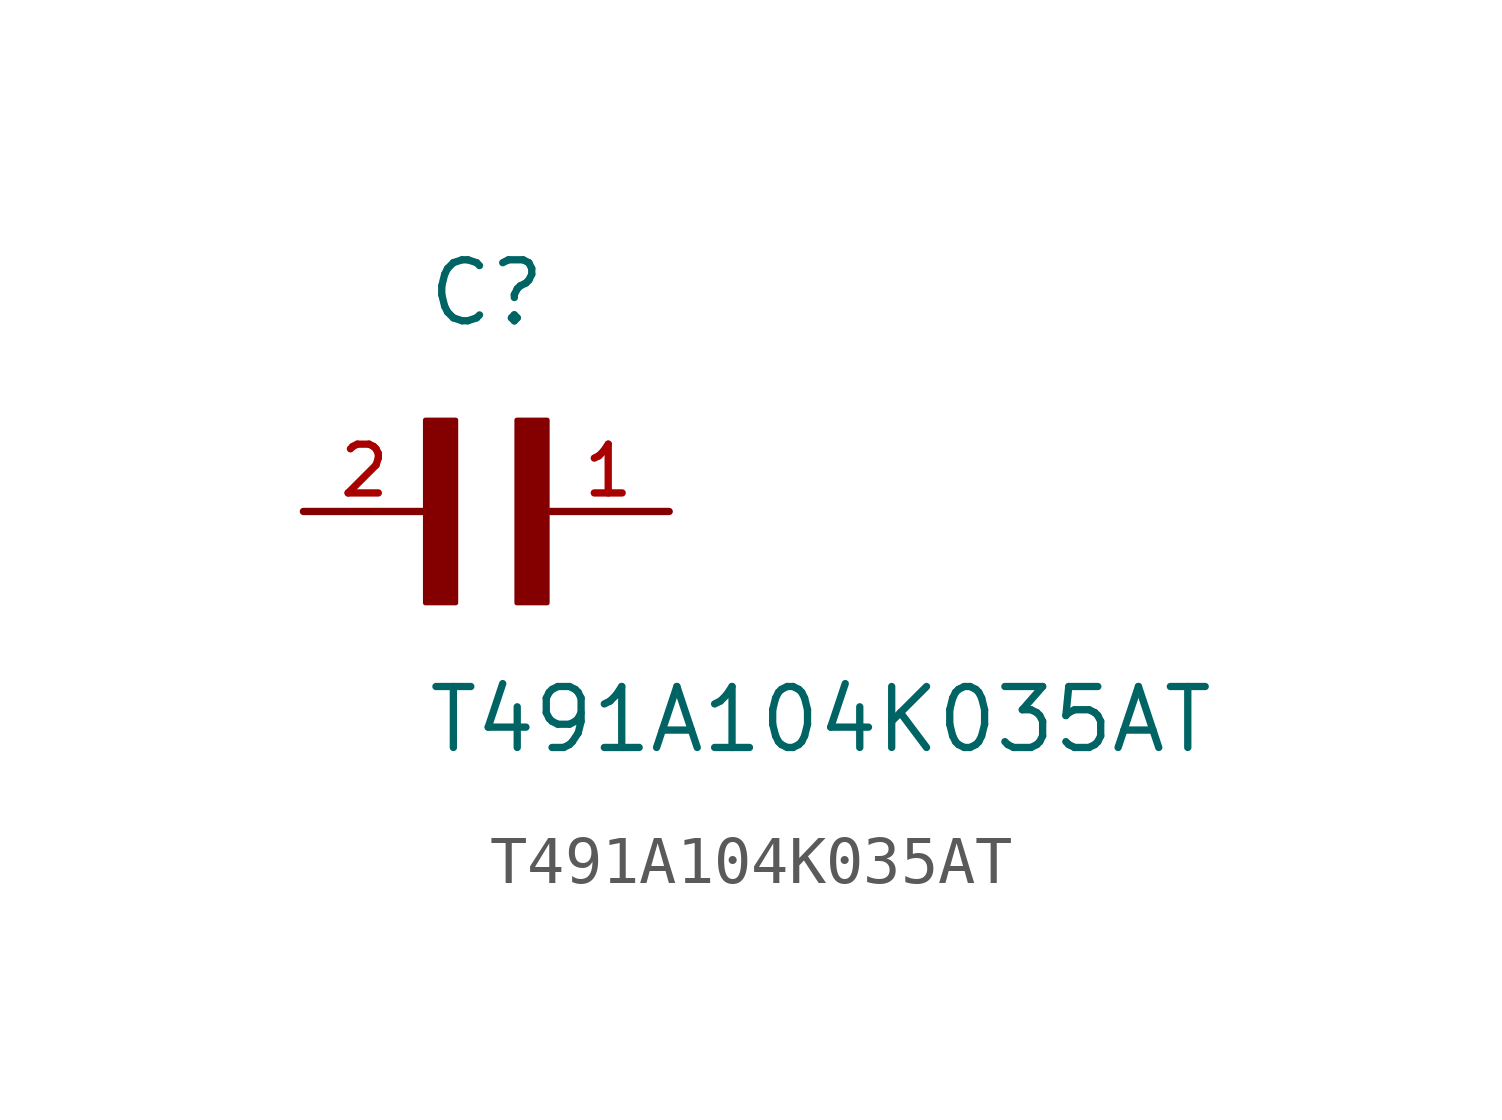
<source format=kicad_sym>
(kicad_symbol_lib
  (version 20211014)
  (generator kicad_symbol_editor)
  (symbol "T491A104K035AT"
    (pin_names
      (offset 1.016))
    (property "Reference" "C"
      (at 0.0 3.81 0)
      (effects (font (size 1.27 1.27)) (justify bottom left)))
    (property "Value" "T491A104K035AT"
      (at 0.0 -5.08 0)
      (effects (font (size 1.27 1.27)) (justify bottom left)))
    (symbol "T491A104K035AT_0_0"
      (rectangle (start 0.0 -1.905) (end 0.635 1.905) (stroke (width 0.1)) (fill (type outline)))
      (rectangle (start 1.905 -1.905) (end 2.54 1.905) (stroke (width 0.1)) (fill (type outline)))
      (pin passive line (at 5.08 0.0 180.0) (length 2.54) (name "~" (effects (font (size 1.016 1.016)))) (number "1" (effects (font (size 1.016 1.016)))))
      (pin passive line (at -2.54 0.0 0) (length 2.54) (name "~" (effects (font (size 1.016 1.016)))) (number "2" (effects (font (size 1.016 1.016))))))))
</source>
